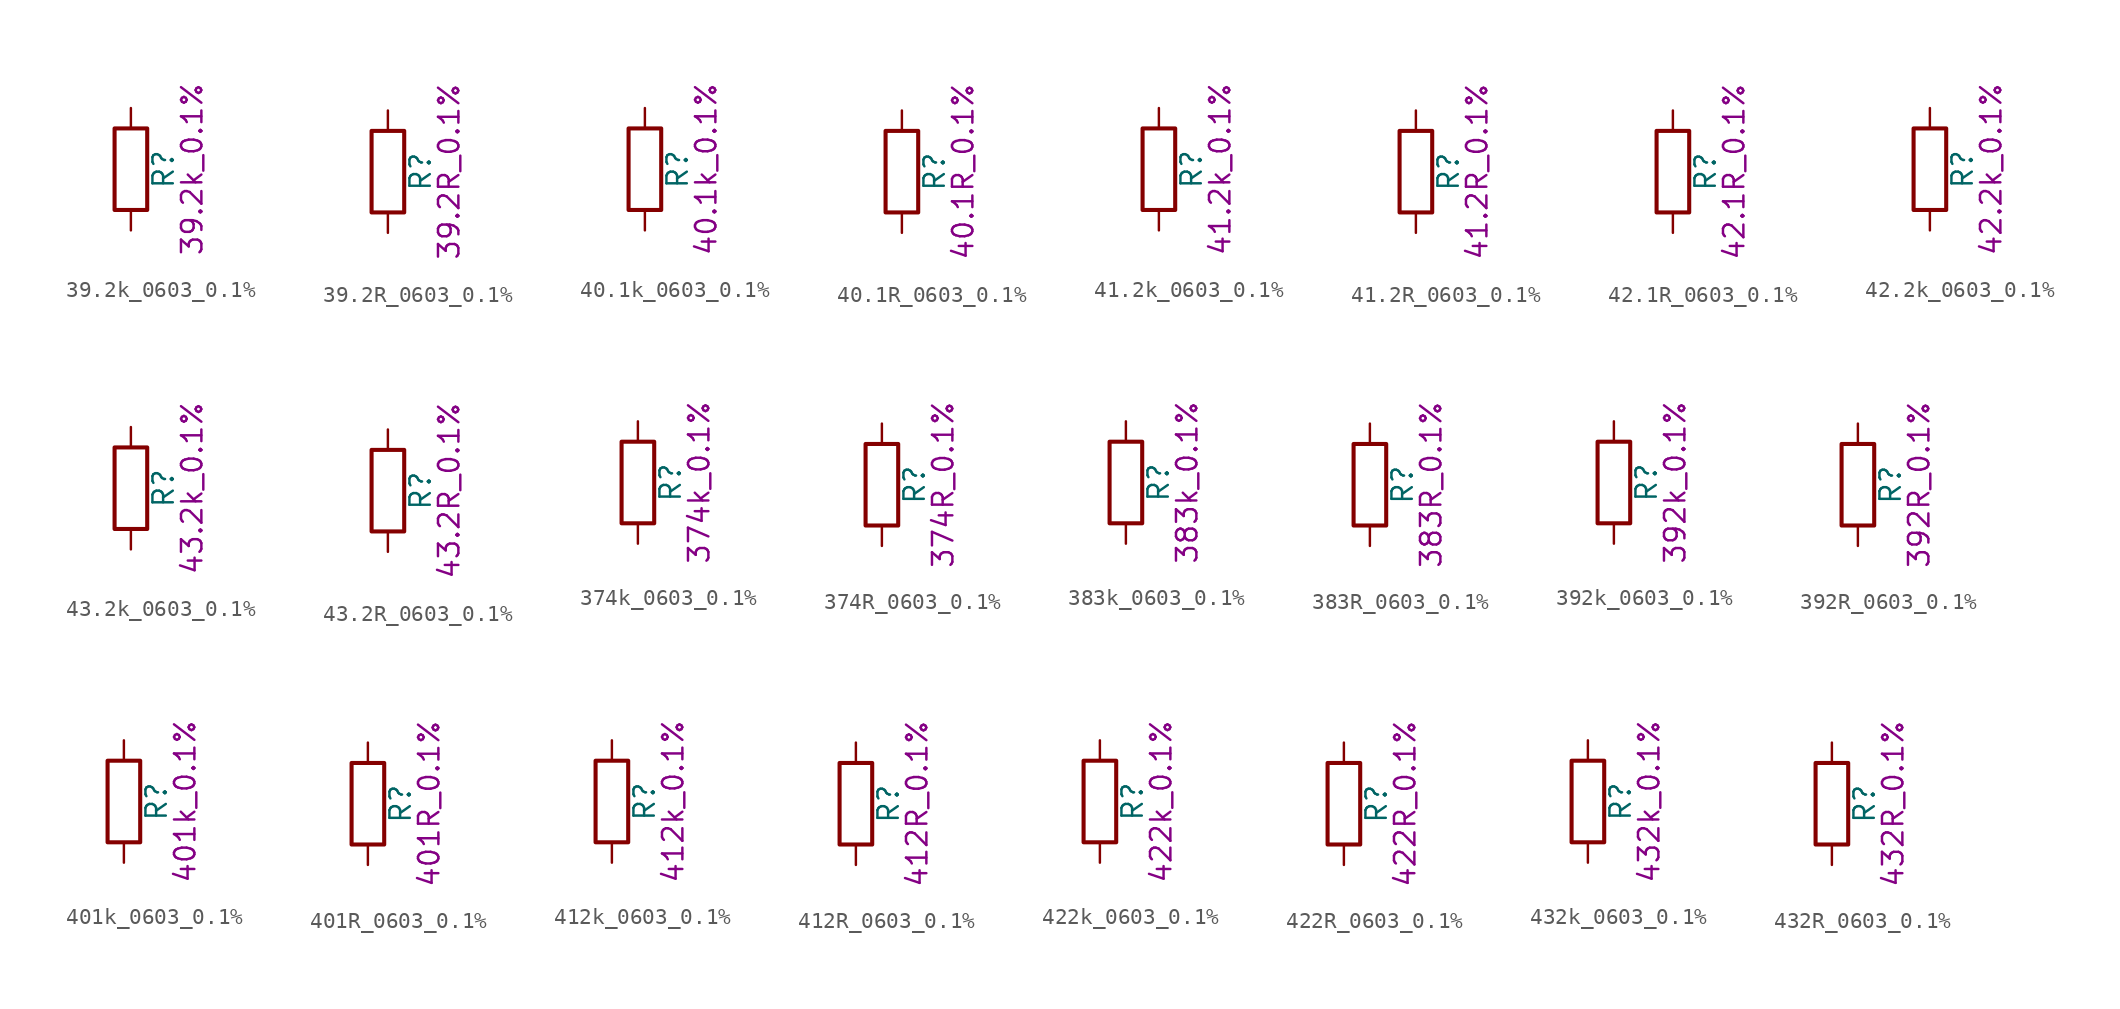
<source format=kicad_sym>
(kicad_symbol_lib
  (version 20211014)
  (generator kicad_symbol_editor)
  (symbol "39.2k_0603_0.1%"
    (pin_numbers hide)
    (pin_names
      (offset 0))
    (property "Reference" "R"
      (at 2.032 0 90)
      (effects (font (size 1.27 1.27))))
    (property "Display" "39.2k_0.1%"
      (at 3.81 0 90)
      (effects (font (size 1.27 1.27))))
    (symbol "39.2k_0603_0.1%_0_1"
      (rectangle (start -1.016 -2.54) (end 1.016 2.54) (stroke (width 0.254) (type default) (color 0 0 0 0)) (fill (type none))))
    (symbol "39.2k_0603_0.1%_1_1"
      (pin passive line (at 0 3.81 270) (length 1.27) (name "~" (effects (font (size 1.27 1.27)))) (number "1" (effects (font (size 1.27 1.27)))))
      (pin passive line (at 0 -3.81 90) (length 1.27) (name "~" (effects (font (size 1.27 1.27)))) (number "2" (effects (font (size 1.27 1.27)))))))
  (symbol "39.2R_0603_0.1%"
    (pin_numbers hide)
    (pin_names
      (offset 0))
    (property "Reference" "R"
      (at 2.032 0 90)
      (effects (font (size 1.27 1.27))))
    (property "Display" "39.2R_0.1%"
      (at 3.81 0 90)
      (effects (font (size 1.27 1.27))))
    (symbol "39.2R_0603_0.1%_0_1"
      (rectangle (start -1.016 -2.54) (end 1.016 2.54) (stroke (width 0.254) (type default) (color 0 0 0 0)) (fill (type none))))
    (symbol "39.2R_0603_0.1%_1_1"
      (pin passive line (at 0 3.81 270) (length 1.27) (name "~" (effects (font (size 1.27 1.27)))) (number "1" (effects (font (size 1.27 1.27)))))
      (pin passive line (at 0 -3.81 90) (length 1.27) (name "~" (effects (font (size 1.27 1.27)))) (number "2" (effects (font (size 1.27 1.27)))))))
  (symbol "40.1k_0603_0.1%"
    (pin_numbers hide)
    (pin_names
      (offset 0))
    (property "Reference" "R"
      (at 2.032 0 90)
      (effects (font (size 1.27 1.27))))
    (property "Display" "40.1k_0.1%"
      (at 3.81 0 90)
      (effects (font (size 1.27 1.27))))
    (symbol "40.1k_0603_0.1%_0_1"
      (rectangle (start -1.016 -2.54) (end 1.016 2.54) (stroke (width 0.254) (type default) (color 0 0 0 0)) (fill (type none))))
    (symbol "40.1k_0603_0.1%_1_1"
      (pin passive line (at 0 3.81 270) (length 1.27) (name "~" (effects (font (size 1.27 1.27)))) (number "1" (effects (font (size 1.27 1.27)))))
      (pin passive line (at 0 -3.81 90) (length 1.27) (name "~" (effects (font (size 1.27 1.27)))) (number "2" (effects (font (size 1.27 1.27)))))))
  (symbol "40.1R_0603_0.1%"
    (pin_numbers hide)
    (pin_names
      (offset 0))
    (property "Reference" "R"
      (at 2.032 0 90)
      (effects (font (size 1.27 1.27))))
    (property "Display" "40.1R_0.1%"
      (at 3.81 0 90)
      (effects (font (size 1.27 1.27))))
    (symbol "40.1R_0603_0.1%_0_1"
      (rectangle (start -1.016 -2.54) (end 1.016 2.54) (stroke (width 0.254) (type default) (color 0 0 0 0)) (fill (type none))))
    (symbol "40.1R_0603_0.1%_1_1"
      (pin passive line (at 0 3.81 270) (length 1.27) (name "~" (effects (font (size 1.27 1.27)))) (number "1" (effects (font (size 1.27 1.27)))))
      (pin passive line (at 0 -3.81 90) (length 1.27) (name "~" (effects (font (size 1.27 1.27)))) (number "2" (effects (font (size 1.27 1.27)))))))
  (symbol "41.2k_0603_0.1%"
    (pin_numbers hide)
    (pin_names
      (offset 0))
    (property "Reference" "R"
      (at 2.032 0 90)
      (effects (font (size 1.27 1.27))))
    (property "Display" "41.2k_0.1%"
      (at 3.81 0 90)
      (effects (font (size 1.27 1.27))))
    (symbol "41.2k_0603_0.1%_0_1"
      (rectangle (start -1.016 -2.54) (end 1.016 2.54) (stroke (width 0.254) (type default) (color 0 0 0 0)) (fill (type none))))
    (symbol "41.2k_0603_0.1%_1_1"
      (pin passive line (at 0 3.81 270) (length 1.27) (name "~" (effects (font (size 1.27 1.27)))) (number "1" (effects (font (size 1.27 1.27)))))
      (pin passive line (at 0 -3.81 90) (length 1.27) (name "~" (effects (font (size 1.27 1.27)))) (number "2" (effects (font (size 1.27 1.27)))))))
  (symbol "41.2R_0603_0.1%"
    (pin_numbers hide)
    (pin_names
      (offset 0))
    (property "Reference" "R"
      (at 2.032 0 90)
      (effects (font (size 1.27 1.27))))
    (property "Display" "41.2R_0.1%"
      (at 3.81 0 90)
      (effects (font (size 1.27 1.27))))
    (symbol "41.2R_0603_0.1%_0_1"
      (rectangle (start -1.016 -2.54) (end 1.016 2.54) (stroke (width 0.254) (type default) (color 0 0 0 0)) (fill (type none))))
    (symbol "41.2R_0603_0.1%_1_1"
      (pin passive line (at 0 3.81 270) (length 1.27) (name "~" (effects (font (size 1.27 1.27)))) (number "1" (effects (font (size 1.27 1.27)))))
      (pin passive line (at 0 -3.81 90) (length 1.27) (name "~" (effects (font (size 1.27 1.27)))) (number "2" (effects (font (size 1.27 1.27)))))))
  (symbol "42.1R_0603_0.1%"
    (pin_numbers hide)
    (pin_names
      (offset 0))
    (property "Reference" "R"
      (at 2.032 0 90)
      (effects (font (size 1.27 1.27))))
    (property "Display" "42.1R_0.1%"
      (at 3.81 0 90)
      (effects (font (size 1.27 1.27))))
    (symbol "42.1R_0603_0.1%_0_1"
      (rectangle (start -1.016 -2.54) (end 1.016 2.54) (stroke (width 0.254) (type default) (color 0 0 0 0)) (fill (type none))))
    (symbol "42.1R_0603_0.1%_1_1"
      (pin passive line (at 0 3.81 270) (length 1.27) (name "~" (effects (font (size 1.27 1.27)))) (number "1" (effects (font (size 1.27 1.27)))))
      (pin passive line (at 0 -3.81 90) (length 1.27) (name "~" (effects (font (size 1.27 1.27)))) (number "2" (effects (font (size 1.27 1.27)))))))
  (symbol "42.2k_0603_0.1%"
    (pin_numbers hide)
    (pin_names
      (offset 0))
    (property "Reference" "R"
      (at 2.032 0 90)
      (effects (font (size 1.27 1.27))))
    (property "Display" "42.2k_0.1%"
      (at 3.81 0 90)
      (effects (font (size 1.27 1.27))))
    (symbol "42.2k_0603_0.1%_0_1"
      (rectangle (start -1.016 -2.54) (end 1.016 2.54) (stroke (width 0.254) (type default) (color 0 0 0 0)) (fill (type none))))
    (symbol "42.2k_0603_0.1%_1_1"
      (pin passive line (at 0 3.81 270) (length 1.27) (name "~" (effects (font (size 1.27 1.27)))) (number "1" (effects (font (size 1.27 1.27)))))
      (pin passive line (at 0 -3.81 90) (length 1.27) (name "~" (effects (font (size 1.27 1.27)))) (number "2" (effects (font (size 1.27 1.27)))))))
  (symbol "43.2k_0603_0.1%"
    (pin_numbers hide)
    (pin_names
      (offset 0))
    (property "Reference" "R"
      (at 2.032 0 90)
      (effects (font (size 1.27 1.27))))
    (property "Display" "43.2k_0.1%"
      (at 3.81 0 90)
      (effects (font (size 1.27 1.27))))
    (symbol "43.2k_0603_0.1%_0_1"
      (rectangle (start -1.016 -2.54) (end 1.016 2.54) (stroke (width 0.254) (type default) (color 0 0 0 0)) (fill (type none))))
    (symbol "43.2k_0603_0.1%_1_1"
      (pin passive line (at 0 3.81 270) (length 1.27) (name "~" (effects (font (size 1.27 1.27)))) (number "1" (effects (font (size 1.27 1.27)))))
      (pin passive line (at 0 -3.81 90) (length 1.27) (name "~" (effects (font (size 1.27 1.27)))) (number "2" (effects (font (size 1.27 1.27)))))))
  (symbol "43.2R_0603_0.1%"
    (pin_numbers hide)
    (pin_names
      (offset 0))
    (property "Reference" "R"
      (at 2.032 0 90)
      (effects (font (size 1.27 1.27))))
    (property "Display" "43.2R_0.1%"
      (at 3.81 0 90)
      (effects (font (size 1.27 1.27))))
    (symbol "43.2R_0603_0.1%_0_1"
      (rectangle (start -1.016 -2.54) (end 1.016 2.54) (stroke (width 0.254) (type default) (color 0 0 0 0)) (fill (type none))))
    (symbol "43.2R_0603_0.1%_1_1"
      (pin passive line (at 0 3.81 270) (length 1.27) (name "~" (effects (font (size 1.27 1.27)))) (number "1" (effects (font (size 1.27 1.27)))))
      (pin passive line (at 0 -3.81 90) (length 1.27) (name "~" (effects (font (size 1.27 1.27)))) (number "2" (effects (font (size 1.27 1.27)))))))
  (symbol "374k_0603_0.1%"
    (pin_numbers hide)
    (pin_names
      (offset 0))
    (property "Reference" "R"
      (at 2.032 0 90)
      (effects (font (size 1.27 1.27))))
    (property "Display" "374k_0.1%"
      (at 3.81 0 90)
      (effects (font (size 1.27 1.27))))
    (symbol "374k_0603_0.1%_0_1"
      (rectangle (start -1.016 -2.54) (end 1.016 2.54) (stroke (width 0.254) (type default) (color 0 0 0 0)) (fill (type none))))
    (symbol "374k_0603_0.1%_1_1"
      (pin passive line (at 0 3.81 270) (length 1.27) (name "~" (effects (font (size 1.27 1.27)))) (number "1" (effects (font (size 1.27 1.27)))))
      (pin passive line (at 0 -3.81 90) (length 1.27) (name "~" (effects (font (size 1.27 1.27)))) (number "2" (effects (font (size 1.27 1.27)))))))
  (symbol "374R_0603_0.1%"
    (pin_numbers hide)
    (pin_names
      (offset 0))
    (property "Reference" "R"
      (at 2.032 0 90)
      (effects (font (size 1.27 1.27))))
    (property "Display" "374R_0.1%"
      (at 3.81 0 90)
      (effects (font (size 1.27 1.27))))
    (symbol "374R_0603_0.1%_0_1"
      (rectangle (start -1.016 -2.54) (end 1.016 2.54) (stroke (width 0.254) (type default) (color 0 0 0 0)) (fill (type none))))
    (symbol "374R_0603_0.1%_1_1"
      (pin passive line (at 0 3.81 270) (length 1.27) (name "~" (effects (font (size 1.27 1.27)))) (number "1" (effects (font (size 1.27 1.27)))))
      (pin passive line (at 0 -3.81 90) (length 1.27) (name "~" (effects (font (size 1.27 1.27)))) (number "2" (effects (font (size 1.27 1.27)))))))
  (symbol "383k_0603_0.1%"
    (pin_numbers hide)
    (pin_names
      (offset 0))
    (property "Reference" "R"
      (at 2.032 0 90)
      (effects (font (size 1.27 1.27))))
    (property "Display" "383k_0.1%"
      (at 3.81 0 90)
      (effects (font (size 1.27 1.27))))
    (symbol "383k_0603_0.1%_0_1"
      (rectangle (start -1.016 -2.54) (end 1.016 2.54) (stroke (width 0.254) (type default) (color 0 0 0 0)) (fill (type none))))
    (symbol "383k_0603_0.1%_1_1"
      (pin passive line (at 0 3.81 270) (length 1.27) (name "~" (effects (font (size 1.27 1.27)))) (number "1" (effects (font (size 1.27 1.27)))))
      (pin passive line (at 0 -3.81 90) (length 1.27) (name "~" (effects (font (size 1.27 1.27)))) (number "2" (effects (font (size 1.27 1.27)))))))
  (symbol "383R_0603_0.1%"
    (pin_numbers hide)
    (pin_names
      (offset 0))
    (property "Reference" "R"
      (at 2.032 0 90)
      (effects (font (size 1.27 1.27))))
    (property "Display" "383R_0.1%"
      (at 3.81 0 90)
      (effects (font (size 1.27 1.27))))
    (symbol "383R_0603_0.1%_0_1"
      (rectangle (start -1.016 -2.54) (end 1.016 2.54) (stroke (width 0.254) (type default) (color 0 0 0 0)) (fill (type none))))
    (symbol "383R_0603_0.1%_1_1"
      (pin passive line (at 0 3.81 270) (length 1.27) (name "~" (effects (font (size 1.27 1.27)))) (number "1" (effects (font (size 1.27 1.27)))))
      (pin passive line (at 0 -3.81 90) (length 1.27) (name "~" (effects (font (size 1.27 1.27)))) (number "2" (effects (font (size 1.27 1.27)))))))
  (symbol "392k_0603_0.1%"
    (pin_numbers hide)
    (pin_names
      (offset 0))
    (property "Reference" "R"
      (at 2.032 0 90)
      (effects (font (size 1.27 1.27))))
    (property "Display" "392k_0.1%"
      (at 3.81 0 90)
      (effects (font (size 1.27 1.27))))
    (symbol "392k_0603_0.1%_0_1"
      (rectangle (start -1.016 -2.54) (end 1.016 2.54) (stroke (width 0.254) (type default) (color 0 0 0 0)) (fill (type none))))
    (symbol "392k_0603_0.1%_1_1"
      (pin passive line (at 0 3.81 270) (length 1.27) (name "~" (effects (font (size 1.27 1.27)))) (number "1" (effects (font (size 1.27 1.27)))))
      (pin passive line (at 0 -3.81 90) (length 1.27) (name "~" (effects (font (size 1.27 1.27)))) (number "2" (effects (font (size 1.27 1.27)))))))
  (symbol "392R_0603_0.1%"
    (pin_numbers hide)
    (pin_names
      (offset 0))
    (property "Reference" "R"
      (at 2.032 0 90)
      (effects (font (size 1.27 1.27))))
    (property "Display" "392R_0.1%"
      (at 3.81 0 90)
      (effects (font (size 1.27 1.27))))
    (symbol "392R_0603_0.1%_0_1"
      (rectangle (start -1.016 -2.54) (end 1.016 2.54) (stroke (width 0.254) (type default) (color 0 0 0 0)) (fill (type none))))
    (symbol "392R_0603_0.1%_1_1"
      (pin passive line (at 0 3.81 270) (length 1.27) (name "~" (effects (font (size 1.27 1.27)))) (number "1" (effects (font (size 1.27 1.27)))))
      (pin passive line (at 0 -3.81 90) (length 1.27) (name "~" (effects (font (size 1.27 1.27)))) (number "2" (effects (font (size 1.27 1.27)))))))
  (symbol "401k_0603_0.1%"
    (pin_numbers hide)
    (pin_names
      (offset 0))
    (property "Reference" "R"
      (at 2.032 0 90)
      (effects (font (size 1.27 1.27))))
    (property "Display" "401k_0.1%"
      (at 3.81 0 90)
      (effects (font (size 1.27 1.27))))
    (symbol "401k_0603_0.1%_0_1"
      (rectangle (start -1.016 -2.54) (end 1.016 2.54) (stroke (width 0.254) (type default) (color 0 0 0 0)) (fill (type none))))
    (symbol "401k_0603_0.1%_1_1"
      (pin passive line (at 0 3.81 270) (length 1.27) (name "~" (effects (font (size 1.27 1.27)))) (number "1" (effects (font (size 1.27 1.27)))))
      (pin passive line (at 0 -3.81 90) (length 1.27) (name "~" (effects (font (size 1.27 1.27)))) (number "2" (effects (font (size 1.27 1.27)))))))
  (symbol "401R_0603_0.1%"
    (pin_numbers hide)
    (pin_names
      (offset 0))
    (property "Reference" "R"
      (at 2.032 0 90)
      (effects (font (size 1.27 1.27))))
    (property "Display" "401R_0.1%"
      (at 3.81 0 90)
      (effects (font (size 1.27 1.27))))
    (symbol "401R_0603_0.1%_0_1"
      (rectangle (start -1.016 -2.54) (end 1.016 2.54) (stroke (width 0.254) (type default) (color 0 0 0 0)) (fill (type none))))
    (symbol "401R_0603_0.1%_1_1"
      (pin passive line (at 0 3.81 270) (length 1.27) (name "~" (effects (font (size 1.27 1.27)))) (number "1" (effects (font (size 1.27 1.27)))))
      (pin passive line (at 0 -3.81 90) (length 1.27) (name "~" (effects (font (size 1.27 1.27)))) (number "2" (effects (font (size 1.27 1.27)))))))
  (symbol "412k_0603_0.1%"
    (pin_numbers hide)
    (pin_names
      (offset 0))
    (property "Reference" "R"
      (at 2.032 0 90)
      (effects (font (size 1.27 1.27))))
    (property "Display" "412k_0.1%"
      (at 3.81 0 90)
      (effects (font (size 1.27 1.27))))
    (symbol "412k_0603_0.1%_0_1"
      (rectangle (start -1.016 -2.54) (end 1.016 2.54) (stroke (width 0.254) (type default) (color 0 0 0 0)) (fill (type none))))
    (symbol "412k_0603_0.1%_1_1"
      (pin passive line (at 0 3.81 270) (length 1.27) (name "~" (effects (font (size 1.27 1.27)))) (number "1" (effects (font (size 1.27 1.27)))))
      (pin passive line (at 0 -3.81 90) (length 1.27) (name "~" (effects (font (size 1.27 1.27)))) (number "2" (effects (font (size 1.27 1.27)))))))
  (symbol "412R_0603_0.1%"
    (pin_numbers hide)
    (pin_names
      (offset 0))
    (property "Reference" "R"
      (at 2.032 0 90)
      (effects (font (size 1.27 1.27))))
    (property "Display" "412R_0.1%"
      (at 3.81 0 90)
      (effects (font (size 1.27 1.27))))
    (symbol "412R_0603_0.1%_0_1"
      (rectangle (start -1.016 -2.54) (end 1.016 2.54) (stroke (width 0.254) (type default) (color 0 0 0 0)) (fill (type none))))
    (symbol "412R_0603_0.1%_1_1"
      (pin passive line (at 0 3.81 270) (length 1.27) (name "~" (effects (font (size 1.27 1.27)))) (number "1" (effects (font (size 1.27 1.27)))))
      (pin passive line (at 0 -3.81 90) (length 1.27) (name "~" (effects (font (size 1.27 1.27)))) (number "2" (effects (font (size 1.27 1.27)))))))
  (symbol "422k_0603_0.1%"
    (pin_numbers hide)
    (pin_names
      (offset 0))
    (property "Reference" "R"
      (at 2.032 0 90)
      (effects (font (size 1.27 1.27))))
    (property "Display" "422k_0.1%"
      (at 3.81 0 90)
      (effects (font (size 1.27 1.27))))
    (symbol "422k_0603_0.1%_0_1"
      (rectangle (start -1.016 -2.54) (end 1.016 2.54) (stroke (width 0.254) (type default) (color 0 0 0 0)) (fill (type none))))
    (symbol "422k_0603_0.1%_1_1"
      (pin passive line (at 0 3.81 270) (length 1.27) (name "~" (effects (font (size 1.27 1.27)))) (number "1" (effects (font (size 1.27 1.27)))))
      (pin passive line (at 0 -3.81 90) (length 1.27) (name "~" (effects (font (size 1.27 1.27)))) (number "2" (effects (font (size 1.27 1.27)))))))
  (symbol "422R_0603_0.1%"
    (pin_numbers hide)
    (pin_names
      (offset 0))
    (property "Reference" "R"
      (at 2.032 0 90)
      (effects (font (size 1.27 1.27))))
    (property "Display" "422R_0.1%"
      (at 3.81 0 90)
      (effects (font (size 1.27 1.27))))
    (symbol "422R_0603_0.1%_0_1"
      (rectangle (start -1.016 -2.54) (end 1.016 2.54) (stroke (width 0.254) (type default) (color 0 0 0 0)) (fill (type none))))
    (symbol "422R_0603_0.1%_1_1"
      (pin passive line (at 0 3.81 270) (length 1.27) (name "~" (effects (font (size 1.27 1.27)))) (number "1" (effects (font (size 1.27 1.27)))))
      (pin passive line (at 0 -3.81 90) (length 1.27) (name "~" (effects (font (size 1.27 1.27)))) (number "2" (effects (font (size 1.27 1.27)))))))
  (symbol "432k_0603_0.1%"
    (pin_numbers hide)
    (pin_names
      (offset 0))
    (property "Reference" "R"
      (at 2.032 0 90)
      (effects (font (size 1.27 1.27))))
    (property "Display" "432k_0.1%"
      (at 3.81 0 90)
      (effects (font (size 1.27 1.27))))
    (symbol "432k_0603_0.1%_0_1"
      (rectangle (start -1.016 -2.54) (end 1.016 2.54) (stroke (width 0.254) (type default) (color 0 0 0 0)) (fill (type none))))
    (symbol "432k_0603_0.1%_1_1"
      (pin passive line (at 0 3.81 270) (length 1.27) (name "~" (effects (font (size 1.27 1.27)))) (number "1" (effects (font (size 1.27 1.27)))))
      (pin passive line (at 0 -3.81 90) (length 1.27) (name "~" (effects (font (size 1.27 1.27)))) (number "2" (effects (font (size 1.27 1.27)))))))
  (symbol "432R_0603_0.1%"
    (pin_numbers hide)
    (pin_names
      (offset 0))
    (property "Reference" "R"
      (at 2.032 0 90)
      (effects (font (size 1.27 1.27))))
    (property "Display" "432R_0.1%"
      (at 3.81 0 90)
      (effects (font (size 1.27 1.27))))
    (symbol "432R_0603_0.1%_0_1"
      (rectangle (start -1.016 -2.54) (end 1.016 2.54) (stroke (width 0.254) (type default) (color 0 0 0 0)) (fill (type none))))
    (symbol "432R_0603_0.1%_1_1"
      (pin passive line (at 0 3.81 270) (length 1.27) (name "~" (effects (font (size 1.27 1.27)))) (number "1" (effects (font (size 1.27 1.27)))))
      (pin passive line (at 0 -3.81 90) (length 1.27) (name "~" (effects (font (size 1.27 1.27)))) (number "2" (effects (font (size 1.27 1.27))))))))
</source>
